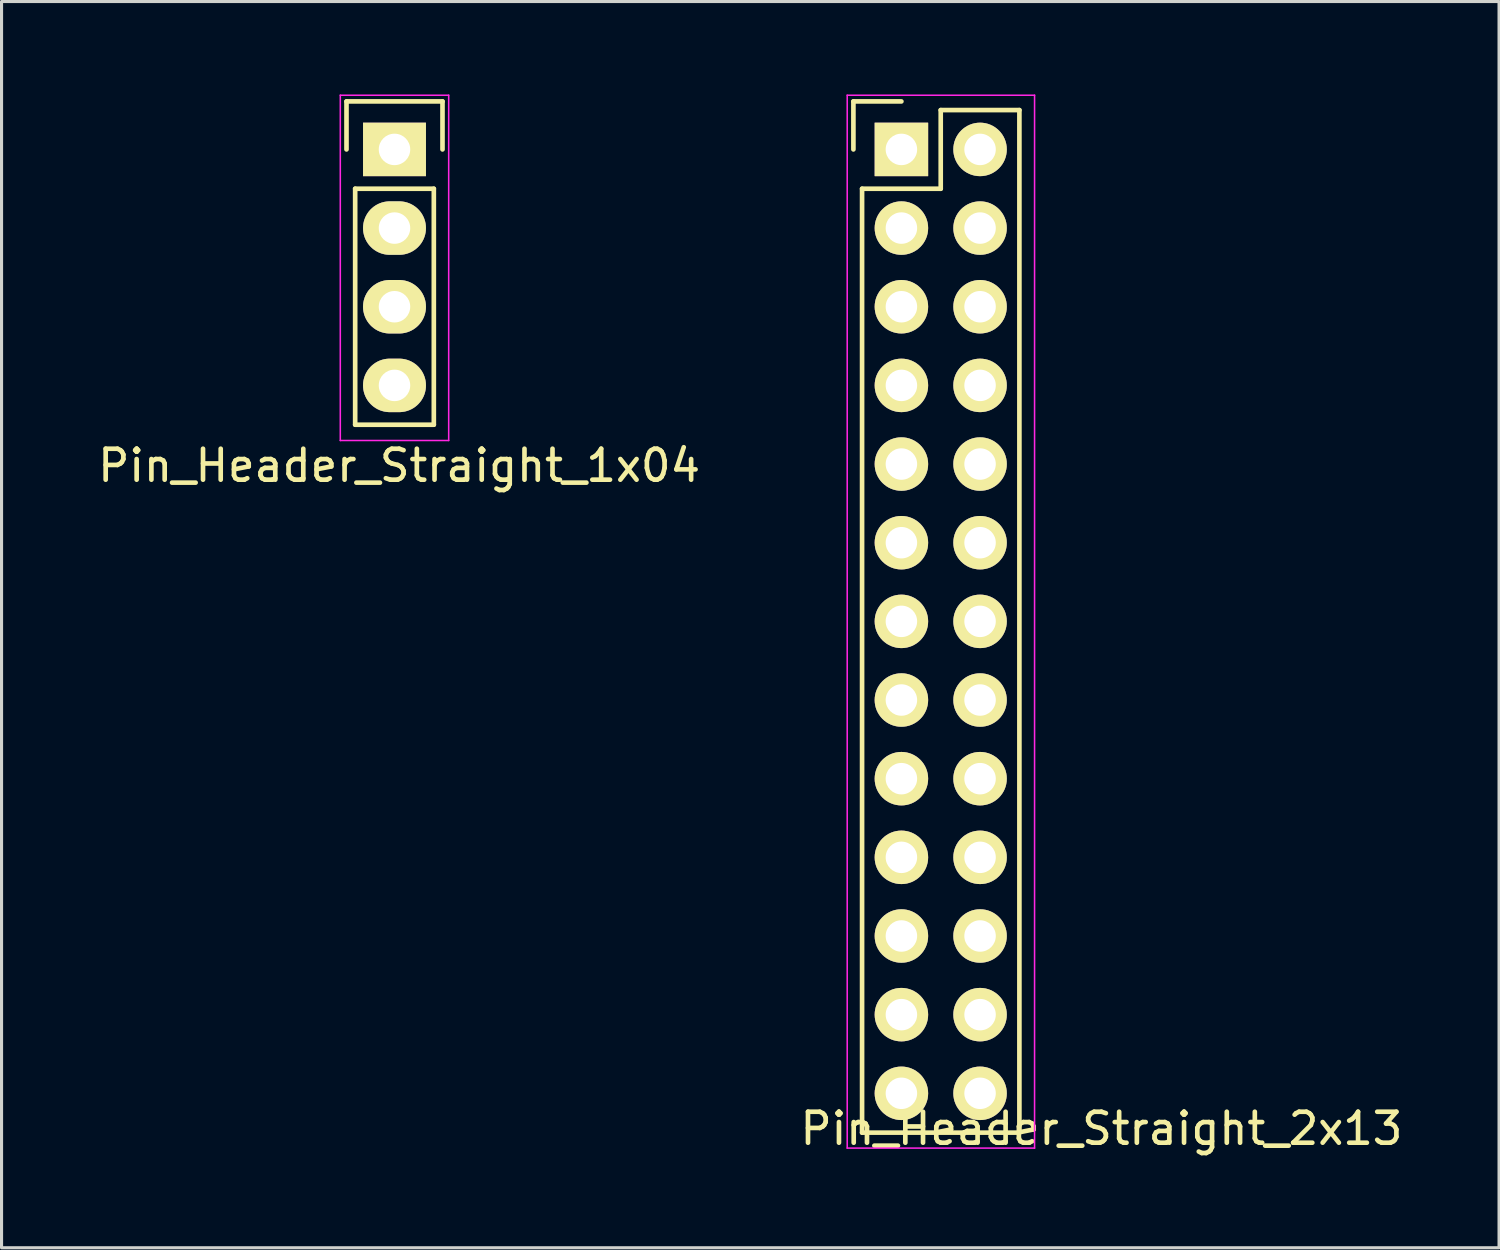
<source format=kicad_pcb>
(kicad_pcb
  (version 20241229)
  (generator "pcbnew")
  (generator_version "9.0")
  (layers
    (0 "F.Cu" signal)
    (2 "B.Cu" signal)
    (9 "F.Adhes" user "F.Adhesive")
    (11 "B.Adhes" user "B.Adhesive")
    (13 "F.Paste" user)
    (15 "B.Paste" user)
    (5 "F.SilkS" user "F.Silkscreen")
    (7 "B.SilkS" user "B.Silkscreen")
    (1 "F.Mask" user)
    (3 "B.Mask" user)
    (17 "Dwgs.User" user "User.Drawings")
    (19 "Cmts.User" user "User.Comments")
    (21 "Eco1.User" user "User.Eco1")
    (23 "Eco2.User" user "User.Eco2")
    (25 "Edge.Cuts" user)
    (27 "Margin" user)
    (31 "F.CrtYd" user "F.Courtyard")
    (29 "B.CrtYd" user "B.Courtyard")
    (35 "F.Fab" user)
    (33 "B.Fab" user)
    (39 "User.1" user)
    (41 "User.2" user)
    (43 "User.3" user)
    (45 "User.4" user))
  (footprint "Pin_Header_Straight_1x04"
    (layer "F.Cu")
    (at 9.689 1.775)
    (property "Reference" "Pin_Header_Straight_1x04" (at 0.15 10.21 0) (layer "F.SilkS") (effects (font (size 1 1) (thickness 0.15))))
    (attr through_hole)
    (fp_line (start -1.55 -1.55) (end 1.55 -1.55) (stroke (width 0.15) (type solid)) (layer "F.SilkS"))
    (fp_line (start -1.55 0) (end -1.55 -1.55) (stroke (width 0.15) (type solid)) (layer "F.SilkS"))
    (fp_line (start -1.27 1.27) (end -1.27 8.89) (stroke (width 0.15) (type solid)) (layer "F.SilkS"))
    (fp_line (start -1.27 8.89) (end 1.27 8.89) (stroke (width 0.15) (type solid)) (layer "F.SilkS"))
    (fp_line (start 1.27 1.27) (end -1.27 1.27) (stroke (width 0.15) (type solid)) (layer "F.SilkS"))
    (fp_line (start 1.27 1.27) (end 1.27 8.89) (stroke (width 0.15) (type solid)) (layer "F.SilkS"))
    (fp_line (start 1.55 -1.55) (end 1.55 0) (stroke (width 0.15) (type solid)) (layer "F.SilkS"))
    (fp_line (start -1.75 -1.75) (end -1.75 9.4) (stroke (width 0.05) (type solid)) (layer "F.CrtYd"))
    (fp_line (start -1.75 -1.75) (end 1.75 -1.75) (stroke (width 0.05) (type solid)) (layer "F.CrtYd"))
    (fp_line (start -1.75 9.4) (end 1.75 9.4) (stroke (width 0.05) (type solid)) (layer "F.CrtYd"))
    (fp_line (start 1.75 -1.75) (end 1.75 9.4) (stroke (width 0.05) (type solid)) (layer "F.CrtYd"))
    (pad "1" thru_hole rect (at 0 0) (size 2.032 1.727) (drill 1.016) (layers "*.Cu" "*.Mask" "F.SilkS"))
    (pad "2" thru_hole oval (at 0 2.54) (size 2.032 1.727) (drill 1.016) (layers "*.Cu" "*.Mask" "F.SilkS"))
    (pad "3" thru_hole oval (at 0 5.08) (size 2.032 1.727) (drill 1.016) (layers "*.Cu" "*.Mask" "F.SilkS"))
    (pad "4" thru_hole oval (at 0 7.62) (size 2.032 1.727) (drill 1.016) (layers "*.Cu" "*.Mask" "F.SilkS")))
  (footprint "Pin_Header_Straight_2x13"
    (layer "F.Cu")
    (at 26.058 1.775)
    (property "Reference" "Pin_Header_Straight_2x13" (at 6.46 31.62 0) (layer "F.SilkS") (effects (font (size 1 1) (thickness 0.15))))
    (attr through_hole)
    (fp_line (start -1.55 -1.55) (end -1.55 0) (stroke (width 0.15) (type solid)) (layer "F.SilkS"))
    (fp_line (start -1.27 1.27) (end -1.27 31.75) (stroke (width 0.15) (type solid)) (layer "F.SilkS"))
    (fp_line (start 0 -1.55) (end -1.55 -1.55) (stroke (width 0.15) (type solid)) (layer "F.SilkS"))
    (fp_line (start 1.27 -1.27) (end 1.27 1.27) (stroke (width 0.15) (type solid)) (layer "F.SilkS"))
    (fp_line (start 1.27 1.27) (end -1.27 1.27) (stroke (width 0.15) (type solid)) (layer "F.SilkS"))
    (fp_line (start 3.81 -1.27) (end 1.27 -1.27) (stroke (width 0.15) (type solid)) (layer "F.SilkS"))
    (fp_line (start 3.81 -1.27) (end 3.81 31.75) (stroke (width 0.15) (type solid)) (layer "F.SilkS"))
    (fp_line (start 3.81 31.75) (end -1.27 31.75) (stroke (width 0.15) (type solid)) (layer "F.SilkS"))
    (fp_line (start -1.75 -1.75) (end -1.75 32.25) (stroke (width 0.05) (type solid)) (layer "F.CrtYd"))
    (fp_line (start -1.75 -1.75) (end 4.3 -1.75) (stroke (width 0.05) (type solid)) (layer "F.CrtYd"))
    (fp_line (start -1.75 32.25) (end 4.3 32.25) (stroke (width 0.05) (type solid)) (layer "F.CrtYd"))
    (fp_line (start 4.3 -1.75) (end 4.3 32.25) (stroke (width 0.05) (type solid)) (layer "F.CrtYd"))
    (pad "1" thru_hole rect (at 0 0) (size 1.727 1.727) (drill 1.016) (layers "*.Cu" "*.Mask" "F.SilkS"))
    (pad "2" thru_hole oval (at 2.54 0) (size 1.727 1.727) (drill 1.016) (layers "*.Cu" "*.Mask" "F.SilkS"))
    (pad "3" thru_hole oval (at 0 2.54) (size 1.727 1.727) (drill 1.016) (layers "*.Cu" "*.Mask" "F.SilkS"))
    (pad "4" thru_hole oval (at 2.54 2.54) (size 1.727 1.727) (drill 1.016) (layers "*.Cu" "*.Mask" "F.SilkS"))
    (pad "5" thru_hole oval (at 0 5.08) (size 1.727 1.727) (drill 1.016) (layers "*.Cu" "*.Mask" "F.SilkS"))
    (pad "6" thru_hole oval (at 2.54 5.08) (size 1.727 1.727) (drill 1.016) (layers "*.Cu" "*.Mask" "F.SilkS"))
    (pad "7" thru_hole oval (at 0 7.62) (size 1.727 1.727) (drill 1.016) (layers "*.Cu" "*.Mask" "F.SilkS"))
    (pad "8" thru_hole oval (at 2.54 7.62) (size 1.727 1.727) (drill 1.016) (layers "*.Cu" "*.Mask" "F.SilkS"))
    (pad "9" thru_hole oval (at 0 10.16) (size 1.727 1.727) (drill 1.016) (layers "*.Cu" "*.Mask" "F.SilkS"))
    (pad "10" thru_hole oval (at 2.54 10.16) (size 1.727 1.727) (drill 1.016) (layers "*.Cu" "*.Mask" "F.SilkS"))
    (pad "11" thru_hole oval (at 0 12.7) (size 1.727 1.727) (drill 1.016) (layers "*.Cu" "*.Mask" "F.SilkS"))
    (pad "12" thru_hole oval (at 2.54 12.7) (size 1.727 1.727) (drill 1.016) (layers "*.Cu" "*.Mask" "F.SilkS"))
    (pad "13" thru_hole oval (at 0 15.24) (size 1.727 1.727) (drill 1.016) (layers "*.Cu" "*.Mask" "F.SilkS"))
    (pad "14" thru_hole oval (at 2.54 15.24) (size 1.727 1.727) (drill 1.016) (layers "*.Cu" "*.Mask" "F.SilkS"))
    (pad "15" thru_hole oval (at 0 17.78) (size 1.727 1.727) (drill 1.016) (layers "*.Cu" "*.Mask" "F.SilkS"))
    (pad "16" thru_hole oval (at 2.54 17.78) (size 1.727 1.727) (drill 1.016) (layers "*.Cu" "*.Mask" "F.SilkS"))
    (pad "17" thru_hole oval (at 0 20.32) (size 1.727 1.727) (drill 1.016) (layers "*.Cu" "*.Mask" "F.SilkS"))
    (pad "18" thru_hole oval (at 2.54 20.32) (size 1.727 1.727) (drill 1.016) (layers "*.Cu" "*.Mask" "F.SilkS"))
    (pad "19" thru_hole oval (at 0 22.86) (size 1.727 1.727) (drill 1.016) (layers "*.Cu" "*.Mask" "F.SilkS"))
    (pad "20" thru_hole oval (at 2.54 22.86) (size 1.727 1.727) (drill 1.016) (layers "*.Cu" "*.Mask" "F.SilkS"))
    (pad "21" thru_hole oval (at 0 25.4) (size 1.727 1.727) (drill 1.016) (layers "*.Cu" "*.Mask" "F.SilkS"))
    (pad "22" thru_hole oval (at 2.54 25.4) (size 1.727 1.727) (drill 1.016) (layers "*.Cu" "*.Mask" "F.SilkS"))
    (pad "23" thru_hole oval (at 0 27.94) (size 1.727 1.727) (drill 1.016) (layers "*.Cu" "*.Mask" "F.SilkS"))
    (pad "24" thru_hole oval (at 2.54 27.94) (size 1.727 1.727) (drill 1.016) (layers "*.Cu" "*.Mask" "F.SilkS"))
    (pad "25" thru_hole oval (at 0 30.48) (size 1.727 1.727) (drill 1.016) (layers "*.Cu" "*.Mask" "F.SilkS"))
    (pad "26" thru_hole oval (at 2.54 30.48) (size 1.727 1.727) (drill 1.016) (layers "*.Cu" "*.Mask" "F.SilkS")))
  (gr_rect
    (start -3 -3)
    (end 45.357 37.243)
    (stroke (width 0.1) (type default))
    (fill no)
    (layer "Edge.Cuts")))
</source>
